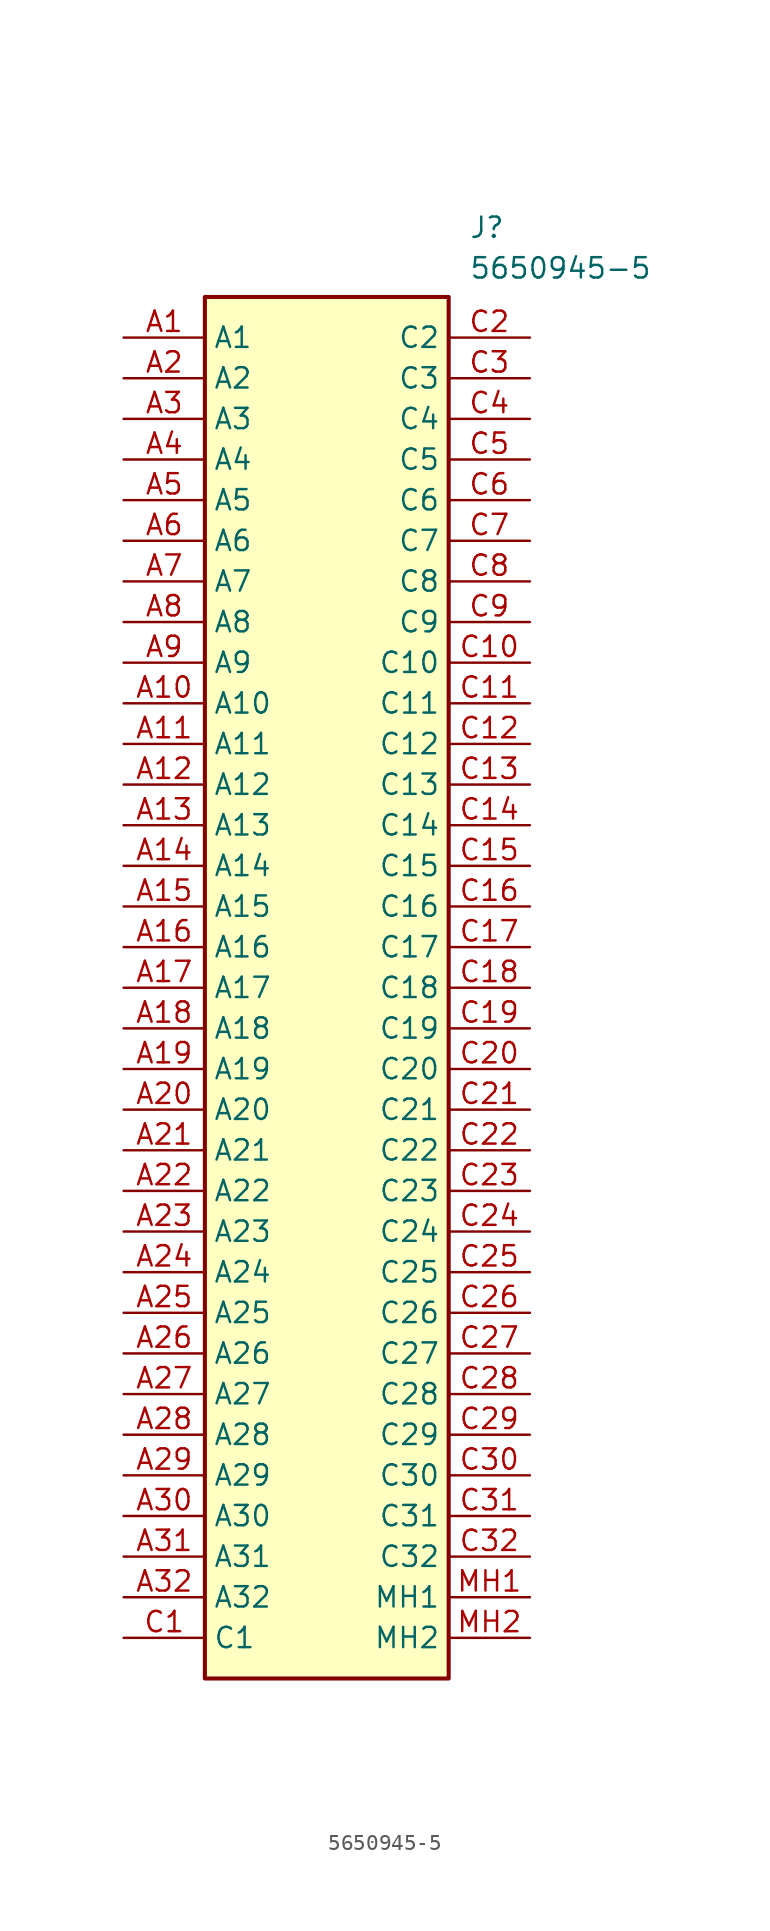
<source format=kicad_sym>
(kicad_symbol_lib
  (version 20211014)
  (generator SamacSys_ECAD_Model)
  (symbol "5650945-5"
    (property "Reference" "J"
      (at 21.59 7.62 0)
      (effects (font (size 1.27 1.27)) (justify left top)))
    (property "Value" "5650945-5"
      (at 21.59 5.08 0)
      (effects (font (size 1.27 1.27)) (justify left top)))
    (rectangle
      (start 5.08 2.54)
      (end 20.32 -83.82)
      (stroke (width 0.254) (type default))
      (fill (type background)))
    (pin passive line
      (at 0 0 0)
      (length 5.08)
      (name "A1" (effects (font (size 1.27 1.27))))
      (number "A1" (effects (font (size 1.27 1.27)))))
    (pin passive line
      (at 0 -2.54 0)
      (length 5.08)
      (name "A2" (effects (font (size 1.27 1.27))))
      (number "A2" (effects (font (size 1.27 1.27)))))
    (pin passive line
      (at 0 -5.08 0)
      (length 5.08)
      (name "A3" (effects (font (size 1.27 1.27))))
      (number "A3" (effects (font (size 1.27 1.27)))))
    (pin passive line
      (at 0 -7.62 0)
      (length 5.08)
      (name "A4" (effects (font (size 1.27 1.27))))
      (number "A4" (effects (font (size 1.27 1.27)))))
    (pin passive line
      (at 0 -10.16 0)
      (length 5.08)
      (name "A5" (effects (font (size 1.27 1.27))))
      (number "A5" (effects (font (size 1.27 1.27)))))
    (pin passive line
      (at 0 -12.7 0)
      (length 5.08)
      (name "A6" (effects (font (size 1.27 1.27))))
      (number "A6" (effects (font (size 1.27 1.27)))))
    (pin passive line
      (at 0 -15.24 0)
      (length 5.08)
      (name "A7" (effects (font (size 1.27 1.27))))
      (number "A7" (effects (font (size 1.27 1.27)))))
    (pin passive line
      (at 0 -17.78 0)
      (length 5.08)
      (name "A8" (effects (font (size 1.27 1.27))))
      (number "A8" (effects (font (size 1.27 1.27)))))
    (pin passive line
      (at 0 -20.32 0)
      (length 5.08)
      (name "A9" (effects (font (size 1.27 1.27))))
      (number "A9" (effects (font (size 1.27 1.27)))))
    (pin passive line
      (at 0 -22.86 0)
      (length 5.08)
      (name "A10" (effects (font (size 1.27 1.27))))
      (number "A10" (effects (font (size 1.27 1.27)))))
    (pin passive line
      (at 0 -25.4 0)
      (length 5.08)
      (name "A11" (effects (font (size 1.27 1.27))))
      (number "A11" (effects (font (size 1.27 1.27)))))
    (pin passive line
      (at 0 -27.94 0)
      (length 5.08)
      (name "A12" (effects (font (size 1.27 1.27))))
      (number "A12" (effects (font (size 1.27 1.27)))))
    (pin passive line
      (at 0 -30.48 0)
      (length 5.08)
      (name "A13" (effects (font (size 1.27 1.27))))
      (number "A13" (effects (font (size 1.27 1.27)))))
    (pin passive line
      (at 0 -33.02 0)
      (length 5.08)
      (name "A14" (effects (font (size 1.27 1.27))))
      (number "A14" (effects (font (size 1.27 1.27)))))
    (pin passive line
      (at 0 -35.56 0)
      (length 5.08)
      (name "A15" (effects (font (size 1.27 1.27))))
      (number "A15" (effects (font (size 1.27 1.27)))))
    (pin passive line
      (at 0 -38.1 0)
      (length 5.08)
      (name "A16" (effects (font (size 1.27 1.27))))
      (number "A16" (effects (font (size 1.27 1.27)))))
    (pin passive line
      (at 0 -40.64 0)
      (length 5.08)
      (name "A17" (effects (font (size 1.27 1.27))))
      (number "A17" (effects (font (size 1.27 1.27)))))
    (pin passive line
      (at 0 -43.18 0)
      (length 5.08)
      (name "A18" (effects (font (size 1.27 1.27))))
      (number "A18" (effects (font (size 1.27 1.27)))))
    (pin passive line
      (at 0 -45.72 0)
      (length 5.08)
      (name "A19" (effects (font (size 1.27 1.27))))
      (number "A19" (effects (font (size 1.27 1.27)))))
    (pin passive line
      (at 0 -48.26 0)
      (length 5.08)
      (name "A20" (effects (font (size 1.27 1.27))))
      (number "A20" (effects (font (size 1.27 1.27)))))
    (pin passive line
      (at 0 -50.8 0)
      (length 5.08)
      (name "A21" (effects (font (size 1.27 1.27))))
      (number "A21" (effects (font (size 1.27 1.27)))))
    (pin passive line
      (at 0 -53.34 0)
      (length 5.08)
      (name "A22" (effects (font (size 1.27 1.27))))
      (number "A22" (effects (font (size 1.27 1.27)))))
    (pin passive line
      (at 0 -55.88 0)
      (length 5.08)
      (name "A23" (effects (font (size 1.27 1.27))))
      (number "A23" (effects (font (size 1.27 1.27)))))
    (pin passive line
      (at 0 -58.42 0)
      (length 5.08)
      (name "A24" (effects (font (size 1.27 1.27))))
      (number "A24" (effects (font (size 1.27 1.27)))))
    (pin passive line
      (at 0 -60.96 0)
      (length 5.08)
      (name "A25" (effects (font (size 1.27 1.27))))
      (number "A25" (effects (font (size 1.27 1.27)))))
    (pin passive line
      (at 0 -63.5 0)
      (length 5.08)
      (name "A26" (effects (font (size 1.27 1.27))))
      (number "A26" (effects (font (size 1.27 1.27)))))
    (pin passive line
      (at 0 -66.04 0)
      (length 5.08)
      (name "A27" (effects (font (size 1.27 1.27))))
      (number "A27" (effects (font (size 1.27 1.27)))))
    (pin passive line
      (at 0 -68.58 0)
      (length 5.08)
      (name "A28" (effects (font (size 1.27 1.27))))
      (number "A28" (effects (font (size 1.27 1.27)))))
    (pin passive line
      (at 0 -71.12 0)
      (length 5.08)
      (name "A29" (effects (font (size 1.27 1.27))))
      (number "A29" (effects (font (size 1.27 1.27)))))
    (pin passive line
      (at 0 -73.66 0)
      (length 5.08)
      (name "A30" (effects (font (size 1.27 1.27))))
      (number "A30" (effects (font (size 1.27 1.27)))))
    (pin passive line
      (at 0 -76.2 0)
      (length 5.08)
      (name "A31" (effects (font (size 1.27 1.27))))
      (number "A31" (effects (font (size 1.27 1.27)))))
    (pin passive line
      (at 0 -78.74 0)
      (length 5.08)
      (name "A32" (effects (font (size 1.27 1.27))))
      (number "A32" (effects (font (size 1.27 1.27)))))
    (pin passive line
      (at 0 -81.28 0)
      (length 5.08)
      (name "C1" (effects (font (size 1.27 1.27))))
      (number "C1" (effects (font (size 1.27 1.27)))))
    (pin passive line
      (at 25.4 0 180)
      (length 5.08)
      (name "C2" (effects (font (size 1.27 1.27))))
      (number "C2" (effects (font (size 1.27 1.27)))))
    (pin passive line
      (at 25.4 -2.54 180)
      (length 5.08)
      (name "C3" (effects (font (size 1.27 1.27))))
      (number "C3" (effects (font (size 1.27 1.27)))))
    (pin passive line
      (at 25.4 -5.08 180)
      (length 5.08)
      (name "C4" (effects (font (size 1.27 1.27))))
      (number "C4" (effects (font (size 1.27 1.27)))))
    (pin passive line
      (at 25.4 -7.62 180)
      (length 5.08)
      (name "C5" (effects (font (size 1.27 1.27))))
      (number "C5" (effects (font (size 1.27 1.27)))))
    (pin passive line
      (at 25.4 -10.16 180)
      (length 5.08)
      (name "C6" (effects (font (size 1.27 1.27))))
      (number "C6" (effects (font (size 1.27 1.27)))))
    (pin passive line
      (at 25.4 -12.7 180)
      (length 5.08)
      (name "C7" (effects (font (size 1.27 1.27))))
      (number "C7" (effects (font (size 1.27 1.27)))))
    (pin passive line
      (at 25.4 -15.24 180)
      (length 5.08)
      (name "C8" (effects (font (size 1.27 1.27))))
      (number "C8" (effects (font (size 1.27 1.27)))))
    (pin passive line
      (at 25.4 -17.78 180)
      (length 5.08)
      (name "C9" (effects (font (size 1.27 1.27))))
      (number "C9" (effects (font (size 1.27 1.27)))))
    (pin passive line
      (at 25.4 -20.32 180)
      (length 5.08)
      (name "C10" (effects (font (size 1.27 1.27))))
      (number "C10" (effects (font (size 1.27 1.27)))))
    (pin passive line
      (at 25.4 -22.86 180)
      (length 5.08)
      (name "C11" (effects (font (size 1.27 1.27))))
      (number "C11" (effects (font (size 1.27 1.27)))))
    (pin passive line
      (at 25.4 -25.4 180)
      (length 5.08)
      (name "C12" (effects (font (size 1.27 1.27))))
      (number "C12" (effects (font (size 1.27 1.27)))))
    (pin passive line
      (at 25.4 -27.94 180)
      (length 5.08)
      (name "C13" (effects (font (size 1.27 1.27))))
      (number "C13" (effects (font (size 1.27 1.27)))))
    (pin passive line
      (at 25.4 -30.48 180)
      (length 5.08)
      (name "C14" (effects (font (size 1.27 1.27))))
      (number "C14" (effects (font (size 1.27 1.27)))))
    (pin passive line
      (at 25.4 -33.02 180)
      (length 5.08)
      (name "C15" (effects (font (size 1.27 1.27))))
      (number "C15" (effects (font (size 1.27 1.27)))))
    (pin passive line
      (at 25.4 -35.56 180)
      (length 5.08)
      (name "C16" (effects (font (size 1.27 1.27))))
      (number "C16" (effects (font (size 1.27 1.27)))))
    (pin passive line
      (at 25.4 -38.1 180)
      (length 5.08)
      (name "C17" (effects (font (size 1.27 1.27))))
      (number "C17" (effects (font (size 1.27 1.27)))))
    (pin passive line
      (at 25.4 -40.64 180)
      (length 5.08)
      (name "C18" (effects (font (size 1.27 1.27))))
      (number "C18" (effects (font (size 1.27 1.27)))))
    (pin passive line
      (at 25.4 -43.18 180)
      (length 5.08)
      (name "C19" (effects (font (size 1.27 1.27))))
      (number "C19" (effects (font (size 1.27 1.27)))))
    (pin passive line
      (at 25.4 -45.72 180)
      (length 5.08)
      (name "C20" (effects (font (size 1.27 1.27))))
      (number "C20" (effects (font (size 1.27 1.27)))))
    (pin passive line
      (at 25.4 -48.26 180)
      (length 5.08)
      (name "C21" (effects (font (size 1.27 1.27))))
      (number "C21" (effects (font (size 1.27 1.27)))))
    (pin passive line
      (at 25.4 -50.8 180)
      (length 5.08)
      (name "C22" (effects (font (size 1.27 1.27))))
      (number "C22" (effects (font (size 1.27 1.27)))))
    (pin passive line
      (at 25.4 -53.34 180)
      (length 5.08)
      (name "C23" (effects (font (size 1.27 1.27))))
      (number "C23" (effects (font (size 1.27 1.27)))))
    (pin passive line
      (at 25.4 -55.88 180)
      (length 5.08)
      (name "C24" (effects (font (size 1.27 1.27))))
      (number "C24" (effects (font (size 1.27 1.27)))))
    (pin passive line
      (at 25.4 -58.42 180)
      (length 5.08)
      (name "C25" (effects (font (size 1.27 1.27))))
      (number "C25" (effects (font (size 1.27 1.27)))))
    (pin passive line
      (at 25.4 -60.96 180)
      (length 5.08)
      (name "C26" (effects (font (size 1.27 1.27))))
      (number "C26" (effects (font (size 1.27 1.27)))))
    (pin passive line
      (at 25.4 -63.5 180)
      (length 5.08)
      (name "C27" (effects (font (size 1.27 1.27))))
      (number "C27" (effects (font (size 1.27 1.27)))))
    (pin passive line
      (at 25.4 -66.04 180)
      (length 5.08)
      (name "C28" (effects (font (size 1.27 1.27))))
      (number "C28" (effects (font (size 1.27 1.27)))))
    (pin passive line
      (at 25.4 -68.58 180)
      (length 5.08)
      (name "C29" (effects (font (size 1.27 1.27))))
      (number "C29" (effects (font (size 1.27 1.27)))))
    (pin passive line
      (at 25.4 -71.12 180)
      (length 5.08)
      (name "C30" (effects (font (size 1.27 1.27))))
      (number "C30" (effects (font (size 1.27 1.27)))))
    (pin passive line
      (at 25.4 -73.66 180)
      (length 5.08)
      (name "C31" (effects (font (size 1.27 1.27))))
      (number "C31" (effects (font (size 1.27 1.27)))))
    (pin passive line
      (at 25.4 -76.2 180)
      (length 5.08)
      (name "C32" (effects (font (size 1.27 1.27))))
      (number "C32" (effects (font (size 1.27 1.27)))))
    (pin passive line
      (at 25.4 -78.74 180)
      (length 5.08)
      (name "MH1" (effects (font (size 1.27 1.27))))
      (number "MH1" (effects (font (size 1.27 1.27)))))
    (pin passive line
      (at 25.4 -81.28 180)
      (length 5.08)
      (name "MH2" (effects (font (size 1.27 1.27))))
      (number "MH2" (effects (font (size 1.27 1.27)))))))
</source>
